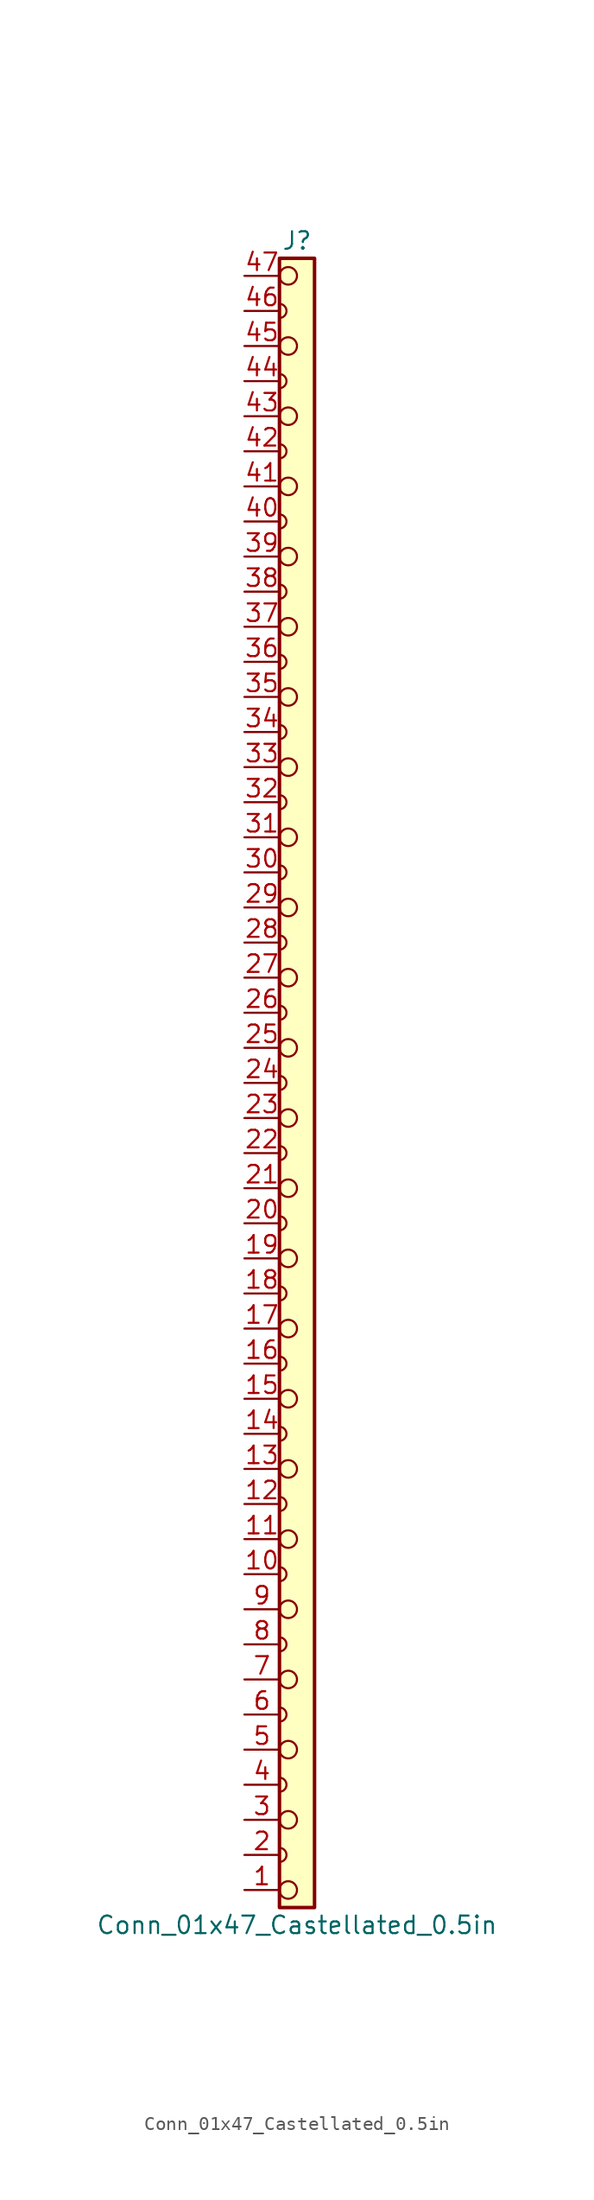
<source format=kicad_sym>
(kicad_symbol_lib
  (version 20241209)
  (generator "kicad_symbol_editor")
  (generator_version "9.0")
  (symbol "Conn_01x47_Castellated_0.5in"
    (pin_names
      (offset 1.016)
      (hide yes))
    (property "Reference" "J"
      (at 0 60.96 0)
      (effects (font (size 1.27 1.27))))
    (property "Value" "Conn_01x47_Castellated_0.5in"
      (at 0 -60.96 0)
      (effects (font (size 1.27 1.27))))
    (symbol "Conn_01x47_Castellated_0.5in_0_1"
      (polyline (pts (xy -1.27 56.388) (xy -1.27 55.372)) (stroke (width 0) (type default)) (fill (type none)))
      (arc (start -1.27 56.388) (mid -0.762 55.88) (end -1.27 55.372) (stroke (width 0) (type default)) (fill (type none)))
      (polyline (pts (xy -1.27 51.308) (xy -1.27 50.292)) (stroke (width 0) (type default)) (fill (type none)))
      (arc (start -1.27 51.308) (mid -0.762 50.8) (end -1.27 50.292) (stroke (width 0) (type default)) (fill (type none)))
      (polyline (pts (xy -1.27 46.228) (xy -1.27 45.212)) (stroke (width 0) (type default)) (fill (type none)))
      (arc (start -1.27 46.228) (mid -0.762 45.72) (end -1.27 45.212) (stroke (width 0) (type default)) (fill (type none)))
      (polyline (pts (xy -1.27 41.148) (xy -1.27 40.132)) (stroke (width 0) (type default)) (fill (type none)))
      (arc (start -1.27 41.148) (mid -0.762 40.64) (end -1.27 40.132) (stroke (width 0) (type default)) (fill (type none)))
      (polyline (pts (xy -1.27 36.068) (xy -1.27 35.052)) (stroke (width 0) (type default)) (fill (type none)))
      (arc (start -1.27 36.068) (mid -0.762 35.56) (end -1.27 35.052) (stroke (width 0) (type default)) (fill (type none)))
      (polyline (pts (xy -1.27 30.988) (xy -1.27 29.972)) (stroke (width 0) (type default)) (fill (type none)))
      (arc (start -1.27 30.988) (mid -0.762 30.48) (end -1.27 29.972) (stroke (width 0) (type default)) (fill (type none)))
      (polyline (pts (xy -1.27 25.908) (xy -1.27 24.892)) (stroke (width 0) (type default)) (fill (type none)))
      (arc (start -1.27 25.908) (mid -0.762 25.4) (end -1.27 24.892) (stroke (width 0) (type default)) (fill (type none)))
      (polyline (pts (xy -1.27 20.828) (xy -1.27 19.812)) (stroke (width 0) (type default)) (fill (type none)))
      (arc (start -1.27 20.828) (mid -0.762 20.32) (end -1.27 19.812) (stroke (width 0) (type default)) (fill (type none)))
      (polyline (pts (xy -1.27 15.748) (xy -1.27 14.732)) (stroke (width 0) (type default)) (fill (type none)))
      (arc (start -1.27 15.748) (mid -0.762 15.24) (end -1.27 14.732) (stroke (width 0) (type default)) (fill (type none)))
      (polyline (pts (xy -1.27 10.668) (xy -1.27 9.652)) (stroke (width 0) (type default)) (fill (type none)))
      (arc (start -1.27 10.668) (mid -0.762 10.16) (end -1.27 9.652) (stroke (width 0) (type default)) (fill (type none)))
      (polyline (pts (xy -1.27 5.588) (xy -1.27 4.572)) (stroke (width 0) (type default)) (fill (type none)))
      (arc (start -1.27 5.588) (mid -0.762 5.08) (end -1.27 4.572) (stroke (width 0) (type default)) (fill (type none)))
      (polyline (pts (xy -1.27 0.508) (xy -1.27 -0.508)) (stroke (width 0) (type default)) (fill (type none)))
      (arc (start -1.27 0.508) (mid -0.762 0) (end -1.27 -0.508) (stroke (width 0) (type default)) (fill (type none)))
      (polyline (pts (xy -1.27 -4.572) (xy -1.27 -5.588)) (stroke (width 0) (type default)) (fill (type none)))
      (arc (start -1.27 -4.572) (mid -0.762 -5.08) (end -1.27 -5.588) (stroke (width 0) (type default)) (fill (type none)))
      (polyline (pts (xy -1.27 -9.652) (xy -1.27 -10.668)) (stroke (width 0) (type default)) (fill (type none)))
      (arc (start -1.27 -9.652) (mid -0.762 -10.16) (end -1.27 -10.668) (stroke (width 0) (type default)) (fill (type none)))
      (polyline (pts (xy -1.27 -14.732) (xy -1.27 -15.748)) (stroke (width 0) (type default)) (fill (type none)))
      (arc (start -1.27 -14.732) (mid -0.762 -15.24) (end -1.27 -15.748) (stroke (width 0) (type default)) (fill (type none)))
      (polyline (pts (xy -1.27 -19.812) (xy -1.27 -20.828)) (stroke (width 0) (type default)) (fill (type none)))
      (arc (start -1.27 -19.812) (mid -0.762 -20.32) (end -1.27 -20.828) (stroke (width 0) (type default)) (fill (type none)))
      (polyline (pts (xy -1.27 -24.892) (xy -1.27 -25.908)) (stroke (width 0) (type default)) (fill (type none)))
      (arc (start -1.27 -24.892) (mid -0.762 -25.4) (end -1.27 -25.908) (stroke (width 0) (type default)) (fill (type none)))
      (polyline (pts (xy -1.27 -29.972) (xy -1.27 -30.988)) (stroke (width 0) (type default)) (fill (type none)))
      (arc (start -1.27 -29.972) (mid -0.762 -30.48) (end -1.27 -30.988) (stroke (width 0) (type default)) (fill (type none)))
      (polyline (pts (xy -1.27 -35.052) (xy -1.27 -36.068)) (stroke (width 0) (type default)) (fill (type none)))
      (arc (start -1.27 -35.052) (mid -0.762 -35.56) (end -1.27 -36.068) (stroke (width 0) (type default)) (fill (type none)))
      (polyline (pts (xy -1.27 -40.132) (xy -1.27 -41.148)) (stroke (width 0) (type default)) (fill (type none)))
      (arc (start -1.27 -40.132) (mid -0.762 -40.64) (end -1.27 -41.148) (stroke (width 0) (type default)) (fill (type none)))
      (polyline (pts (xy -1.27 -45.212) (xy -1.27 -46.228)) (stroke (width 0) (type default)) (fill (type none)))
      (arc (start -1.27 -45.212) (mid -0.762 -45.72) (end -1.27 -46.228) (stroke (width 0) (type default)) (fill (type none)))
      (polyline (pts (xy -1.27 -50.292) (xy -1.27 -51.308)) (stroke (width 0) (type default)) (fill (type none)))
      (arc (start -1.27 -50.292) (mid -0.762 -50.8) (end -1.27 -51.308) (stroke (width 0) (type default)) (fill (type none)))
      (polyline (pts (xy -1.27 -55.372) (xy -1.27 -56.388)) (stroke (width 0) (type default)) (fill (type none)))
      (arc (start -1.27 -55.372) (mid -0.762 -55.88) (end -1.27 -56.388) (stroke (width 0) (type default)) (fill (type none)))
      (circle (center -0.635 58.42) (radius 0.635) (stroke (width 0) (type default)) (fill (type none)))
      (circle (center -0.635 53.34) (radius 0.635) (stroke (width 0) (type default)) (fill (type none)))
      (circle (center -0.635 48.26) (radius 0.635) (stroke (width 0) (type default)) (fill (type none)))
      (circle (center -0.635 43.18) (radius 0.635) (stroke (width 0) (type default)) (fill (type none)))
      (circle (center -0.635 38.1) (radius 0.635) (stroke (width 0) (type default)) (fill (type none)))
      (circle (center -0.635 33.02) (radius 0.635) (stroke (width 0) (type default)) (fill (type none)))
      (circle (center -0.635 27.94) (radius 0.635) (stroke (width 0) (type default)) (fill (type none)))
      (circle (center -0.635 22.86) (radius 0.635) (stroke (width 0) (type default)) (fill (type none)))
      (circle (center -0.635 17.78) (radius 0.635) (stroke (width 0) (type default)) (fill (type none)))
      (circle (center -0.635 12.7) (radius 0.635) (stroke (width 0) (type default)) (fill (type none)))
      (circle (center -0.635 7.62) (radius 0.635) (stroke (width 0) (type default)) (fill (type none)))
      (circle (center -0.635 2.54) (radius 0.635) (stroke (width 0) (type default)) (fill (type none)))
      (circle (center -0.635 -2.54) (radius 0.635) (stroke (width 0) (type default)) (fill (type none)))
      (circle (center -0.635 -7.62) (radius 0.635) (stroke (width 0) (type default)) (fill (type none)))
      (circle (center -0.635 -12.7) (radius 0.635) (stroke (width 0) (type default)) (fill (type none)))
      (circle (center -0.635 -17.78) (radius 0.635) (stroke (width 0) (type default)) (fill (type none)))
      (circle (center -0.635 -22.86) (radius 0.635) (stroke (width 0) (type default)) (fill (type none)))
      (circle (center -0.635 -27.94) (radius 0.635) (stroke (width 0) (type default)) (fill (type none)))
      (circle (center -0.635 -33.02) (radius 0.635) (stroke (width 0) (type default)) (fill (type none)))
      (circle (center -0.635 -38.1) (radius 0.635) (stroke (width 0) (type default)) (fill (type none)))
      (circle (center -0.635 -43.18) (radius 0.635) (stroke (width 0) (type default)) (fill (type none)))
      (circle (center -0.635 -48.26) (radius 0.635) (stroke (width 0) (type default)) (fill (type none)))
      (circle (center -0.635 -53.34) (radius 0.635) (stroke (width 0) (type default)) (fill (type none)))
      (circle (center -0.635 -58.42) (radius 0.635) (stroke (width 0) (type default)) (fill (type none))))
    (symbol "Conn_01x47_Castellated_0.5in_1_1"
      (rectangle (start -1.27 59.69) (end 1.27 -59.69) (stroke (width 0.254) (type default)) (fill (type background)))
      (pin passive line (at -3.81 58.42 0) (length 2.54) (name "Pin_47" (effects (font (size 1.27 1.27)))) (number "47" (effects (font (size 1.27 1.27)))))
      (pin passive line (at -3.81 55.88 0) (length 2.54) (name "Pin_46" (effects (font (size 1.27 1.27)))) (number "46" (effects (font (size 1.27 1.27)))))
      (pin passive line (at -3.81 53.34 0) (length 2.54) (name "Pin_45" (effects (font (size 1.27 1.27)))) (number "45" (effects (font (size 1.27 1.27)))))
      (pin passive line (at -3.81 50.8 0) (length 2.54) (name "Pin_44" (effects (font (size 1.27 1.27)))) (number "44" (effects (font (size 1.27 1.27)))))
      (pin passive line (at -3.81 48.26 0) (length 2.54) (name "Pin_43" (effects (font (size 1.27 1.27)))) (number "43" (effects (font (size 1.27 1.27)))))
      (pin passive line (at -3.81 45.72 0) (length 2.54) (name "Pin_42" (effects (font (size 1.27 1.27)))) (number "42" (effects (font (size 1.27 1.27)))))
      (pin passive line (at -3.81 43.18 0) (length 2.54) (name "Pin_41" (effects (font (size 1.27 1.27)))) (number "41" (effects (font (size 1.27 1.27)))))
      (pin passive line (at -3.81 40.64 0) (length 2.54) (name "Pin_40" (effects (font (size 1.27 1.27)))) (number "40" (effects (font (size 1.27 1.27)))))
      (pin passive line (at -3.81 38.1 0) (length 2.54) (name "Pin_39" (effects (font (size 1.27 1.27)))) (number "39" (effects (font (size 1.27 1.27)))))
      (pin passive line (at -3.81 35.56 0) (length 2.54) (name "Pin_38" (effects (font (size 1.27 1.27)))) (number "38" (effects (font (size 1.27 1.27)))))
      (pin passive line (at -3.81 33.02 0) (length 2.54) (name "Pin_37" (effects (font (size 1.27 1.27)))) (number "37" (effects (font (size 1.27 1.27)))))
      (pin passive line (at -3.81 30.48 0) (length 2.54) (name "Pin_36" (effects (font (size 1.27 1.27)))) (number "36" (effects (font (size 1.27 1.27)))))
      (pin passive line (at -3.81 27.94 0) (length 2.54) (name "Pin_35" (effects (font (size 1.27 1.27)))) (number "35" (effects (font (size 1.27 1.27)))))
      (pin passive line (at -3.81 25.4 0) (length 2.54) (name "Pin_34" (effects (font (size 1.27 1.27)))) (number "34" (effects (font (size 1.27 1.27)))))
      (pin passive line (at -3.81 22.86 0) (length 2.54) (name "Pin_33" (effects (font (size 1.27 1.27)))) (number "33" (effects (font (size 1.27 1.27)))))
      (pin passive line (at -3.81 20.32 0) (length 2.54) (name "Pin_32" (effects (font (size 1.27 1.27)))) (number "32" (effects (font (size 1.27 1.27)))))
      (pin passive line (at -3.81 17.78 0) (length 2.54) (name "Pin_31" (effects (font (size 1.27 1.27)))) (number "31" (effects (font (size 1.27 1.27)))))
      (pin passive line (at -3.81 15.24 0) (length 2.54) (name "Pin_30" (effects (font (size 1.27 1.27)))) (number "30" (effects (font (size 1.27 1.27)))))
      (pin passive line (at -3.81 12.7 0) (length 2.54) (name "Pin_29" (effects (font (size 1.27 1.27)))) (number "29" (effects (font (size 1.27 1.27)))))
      (pin passive line (at -3.81 10.16 0) (length 2.54) (name "Pin_28" (effects (font (size 1.27 1.27)))) (number "28" (effects (font (size 1.27 1.27)))))
      (pin passive line (at -3.81 7.62 0) (length 2.54) (name "Pin_27" (effects (font (size 1.27 1.27)))) (number "27" (effects (font (size 1.27 1.27)))))
      (pin passive line (at -3.81 5.08 0) (length 2.54) (name "Pin_26" (effects (font (size 1.27 1.27)))) (number "26" (effects (font (size 1.27 1.27)))))
      (pin passive line (at -3.81 2.54 0) (length 2.54) (name "Pin_25" (effects (font (size 1.27 1.27)))) (number "25" (effects (font (size 1.27 1.27)))))
      (pin passive line (at -3.81 0 0) (length 2.54) (name "Pin_24" (effects (font (size 1.27 1.27)))) (number "24" (effects (font (size 1.27 1.27)))))
      (pin passive line (at -3.81 -2.54 0) (length 2.54) (name "Pin_23" (effects (font (size 1.27 1.27)))) (number "23" (effects (font (size 1.27 1.27)))))
      (pin passive line (at -3.81 -5.08 0) (length 2.54) (name "Pin_22" (effects (font (size 1.27 1.27)))) (number "22" (effects (font (size 1.27 1.27)))))
      (pin passive line (at -3.81 -7.62 0) (length 2.54) (name "Pin_21" (effects (font (size 1.27 1.27)))) (number "21" (effects (font (size 1.27 1.27)))))
      (pin passive line (at -3.81 -10.16 0) (length 2.54) (name "Pin_20" (effects (font (size 1.27 1.27)))) (number "20" (effects (font (size 1.27 1.27)))))
      (pin passive line (at -3.81 -12.7 0) (length 2.54) (name "Pin_19" (effects (font (size 1.27 1.27)))) (number "19" (effects (font (size 1.27 1.27)))))
      (pin passive line (at -3.81 -15.24 0) (length 2.54) (name "Pin_18" (effects (font (size 1.27 1.27)))) (number "18" (effects (font (size 1.27 1.27)))))
      (pin passive line (at -3.81 -17.78 0) (length 2.54) (name "Pin_17" (effects (font (size 1.27 1.27)))) (number "17" (effects (font (size 1.27 1.27)))))
      (pin passive line (at -3.81 -20.32 0) (length 2.54) (name "Pin_16" (effects (font (size 1.27 1.27)))) (number "16" (effects (font (size 1.27 1.27)))))
      (pin passive line (at -3.81 -22.86 0) (length 2.54) (name "Pin_15" (effects (font (size 1.27 1.27)))) (number "15" (effects (font (size 1.27 1.27)))))
      (pin passive line (at -3.81 -25.4 0) (length 2.54) (name "Pin_14" (effects (font (size 1.27 1.27)))) (number "14" (effects (font (size 1.27 1.27)))))
      (pin passive line (at -3.81 -27.94 0) (length 2.54) (name "Pin_13" (effects (font (size 1.27 1.27)))) (number "13" (effects (font (size 1.27 1.27)))))
      (pin passive line (at -3.81 -30.48 0) (length 2.54) (name "Pin_12" (effects (font (size 1.27 1.27)))) (number "12" (effects (font (size 1.27 1.27)))))
      (pin passive line (at -3.81 -33.02 0) (length 2.54) (name "Pin_11" (effects (font (size 1.27 1.27)))) (number "11" (effects (font (size 1.27 1.27)))))
      (pin passive line (at -3.81 -35.56 0) (length 2.54) (name "Pin_10" (effects (font (size 1.27 1.27)))) (number "10" (effects (font (size 1.27 1.27)))))
      (pin passive line (at -3.81 -38.1 0) (length 2.54) (name "Pin_9" (effects (font (size 1.27 1.27)))) (number "9" (effects (font (size 1.27 1.27)))))
      (pin passive line (at -3.81 -40.64 0) (length 2.54) (name "Pin_8" (effects (font (size 1.27 1.27)))) (number "8" (effects (font (size 1.27 1.27)))))
      (pin passive line (at -3.81 -43.18 0) (length 2.54) (name "Pin_7" (effects (font (size 1.27 1.27)))) (number "7" (effects (font (size 1.27 1.27)))))
      (pin passive line (at -3.81 -45.72 0) (length 2.54) (name "Pin_6" (effects (font (size 1.27 1.27)))) (number "6" (effects (font (size 1.27 1.27)))))
      (pin passive line (at -3.81 -48.26 0) (length 2.54) (name "Pin_5" (effects (font (size 1.27 1.27)))) (number "5" (effects (font (size 1.27 1.27)))))
      (pin passive line (at -3.81 -50.8 0) (length 2.54) (name "Pin_4" (effects (font (size 1.27 1.27)))) (number "4" (effects (font (size 1.27 1.27)))))
      (pin passive line (at -3.81 -53.34 0) (length 2.54) (name "Pin_3" (effects (font (size 1.27 1.27)))) (number "3" (effects (font (size 1.27 1.27)))))
      (pin passive line (at -3.81 -55.88 0) (length 2.54) (name "Pin_2" (effects (font (size 1.27 1.27)))) (number "2" (effects (font (size 1.27 1.27)))))
      (pin passive line (at -3.81 -58.42 0) (length 2.54) (name "Pin_1" (effects (font (size 1.27 1.27)))) (number "1" (effects (font (size 1.27 1.27))))))))
</source>
